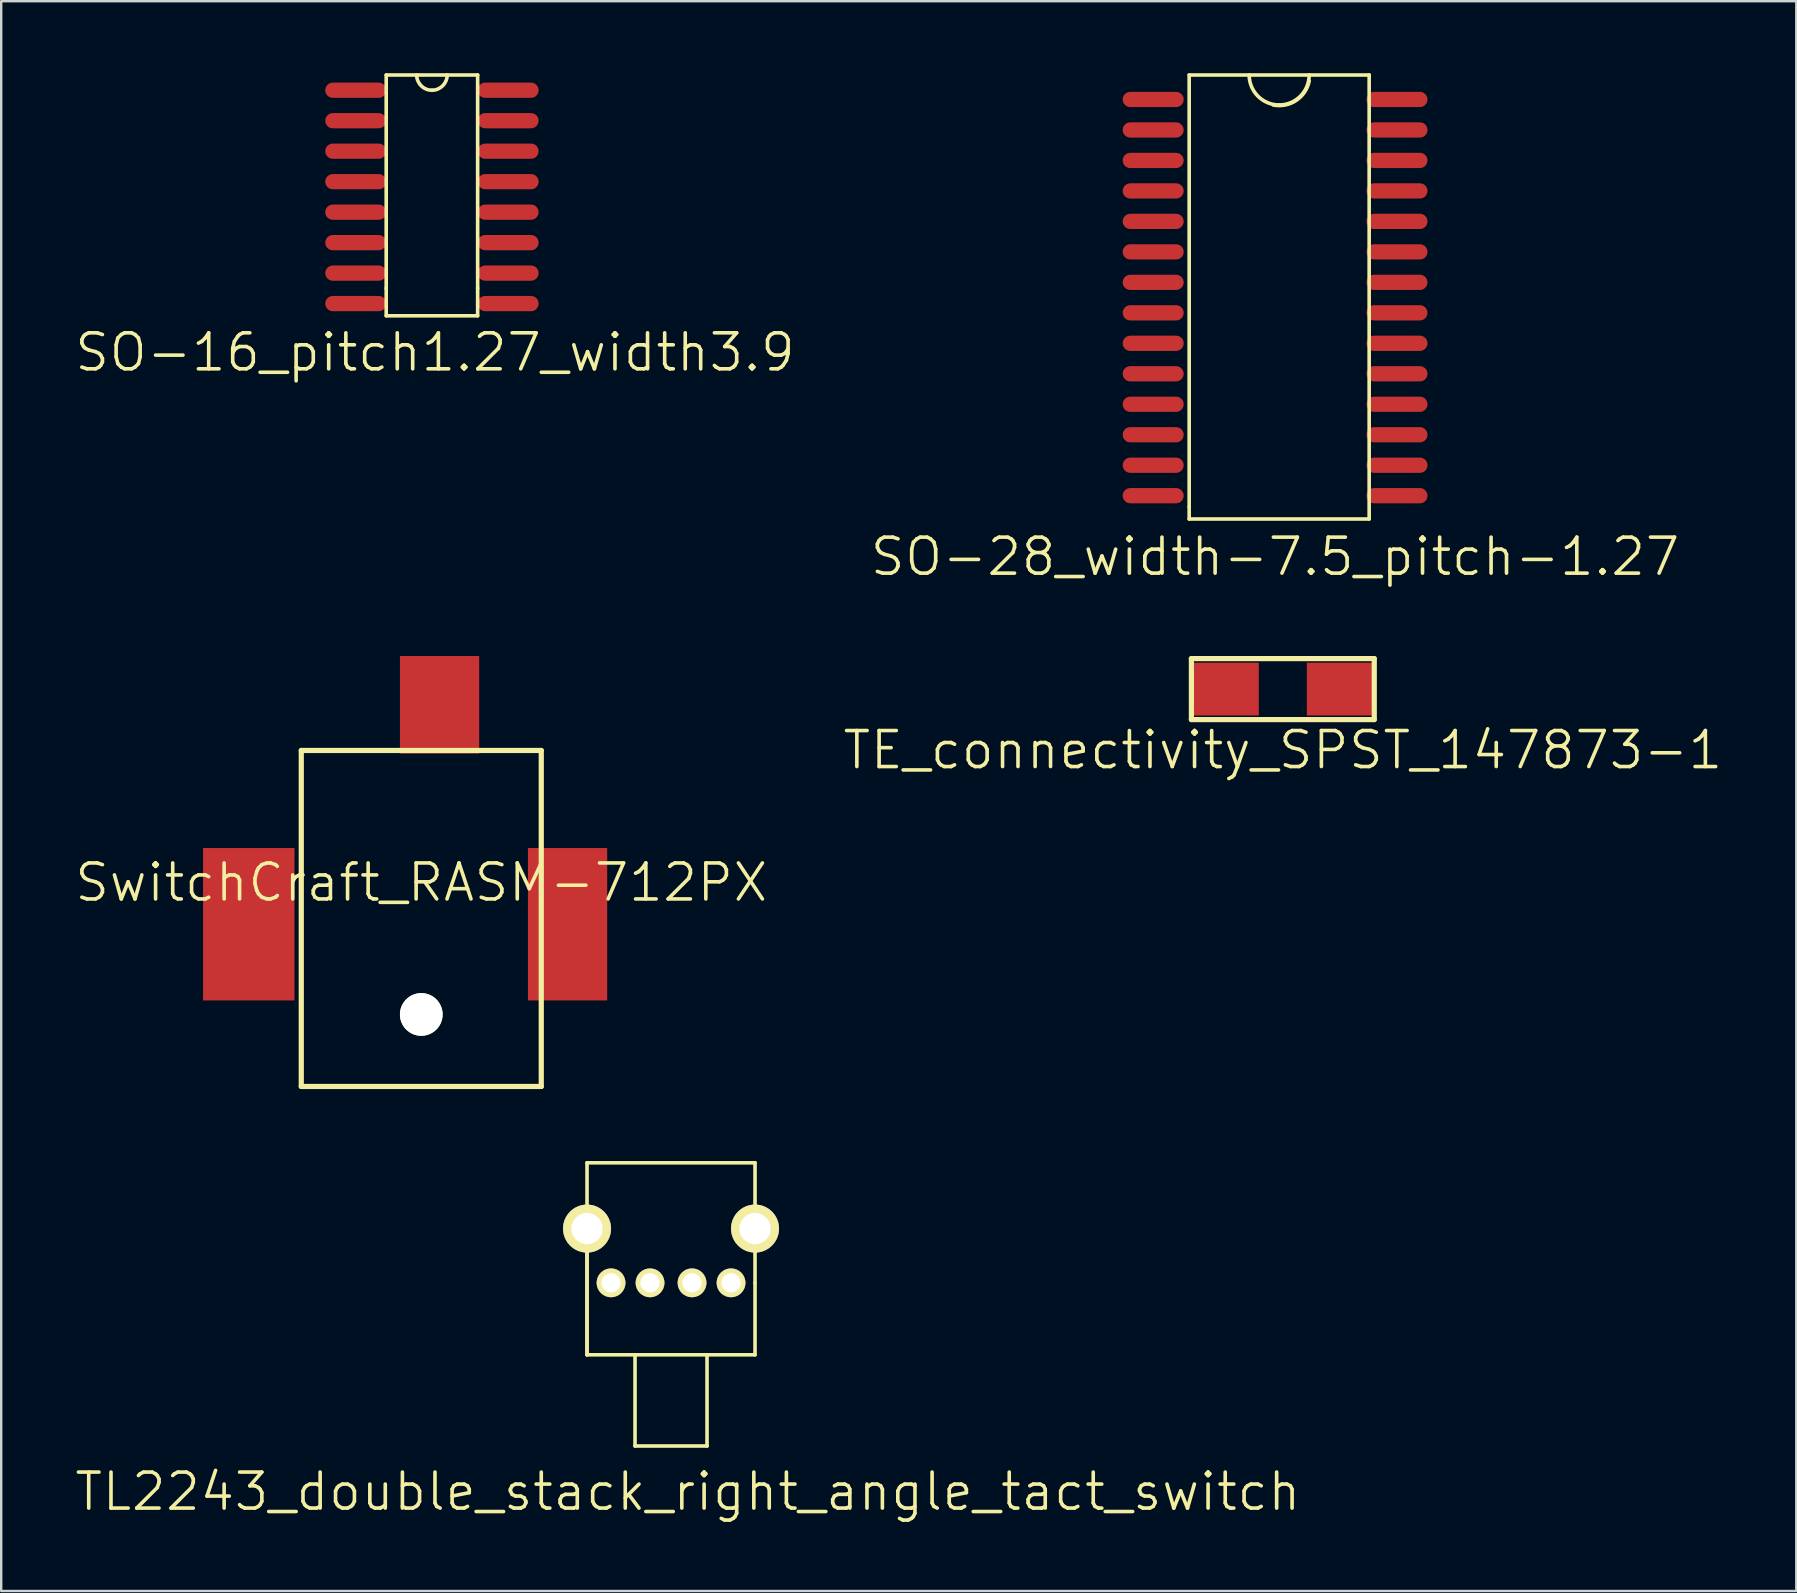
<source format=kicad_pcb>
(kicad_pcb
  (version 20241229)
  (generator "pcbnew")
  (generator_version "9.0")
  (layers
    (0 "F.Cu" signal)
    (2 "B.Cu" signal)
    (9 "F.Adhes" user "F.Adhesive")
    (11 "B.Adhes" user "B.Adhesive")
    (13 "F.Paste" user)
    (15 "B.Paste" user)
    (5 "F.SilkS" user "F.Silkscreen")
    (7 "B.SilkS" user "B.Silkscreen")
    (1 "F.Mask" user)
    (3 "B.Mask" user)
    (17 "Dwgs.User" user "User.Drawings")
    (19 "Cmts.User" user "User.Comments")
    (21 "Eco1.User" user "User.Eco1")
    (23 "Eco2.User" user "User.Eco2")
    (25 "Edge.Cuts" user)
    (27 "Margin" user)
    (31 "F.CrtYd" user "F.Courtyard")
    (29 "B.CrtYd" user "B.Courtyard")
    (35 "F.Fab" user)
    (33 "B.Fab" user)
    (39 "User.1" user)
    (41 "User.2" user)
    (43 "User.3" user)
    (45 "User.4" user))
  (footprint "SO-28_width-7.5_pitch-1.27"
    (layer "F.Cu")
    (at 50.082 8.715)
    (property "Reference" "SO-28_width-7.5_pitch-1.27" (at 0 11.43 0) (layer "F.SilkS") (effects (font (size 1.5 1.5) (thickness 0.15))))
    (attr through_hole)
    (fp_line (start -3.58 -8.64) (end 3.92 -8.64) (stroke (width 0.15) (type solid)) (layer "F.SilkS"))
    (fp_line (start -3.58 9.36) (end -3.58 -8.64) (stroke (width 0.15) (type solid)) (layer "F.SilkS"))
    (fp_line (start -3.58 9.86) (end -3.58 9.36) (stroke (width 0.15) (type solid)) (layer "F.SilkS"))
    (fp_line (start 3.92 -8.64) (end 3.92 9.86) (stroke (width 0.15) (type solid)) (layer "F.SilkS"))
    (fp_line (start 3.92 9.86) (end -3.58 9.86) (stroke (width 0.15) (type solid)) (layer "F.SilkS"))
    (fp_arc (start 0.17 -7.39) (mid -0.713883 -7.756117) (end -1.08 -8.64) (stroke (width 0.15) (type solid)) (layer "F.SilkS"))
    (fp_arc (start 1.42 -8.64) (mid 1.053883 -7.756117) (end 0.17 -7.39) (stroke (width 0.15) (type solid)) (layer "F.SilkS"))
    (fp_arc (start 1.42 -8.39) (mid 0.877107 -7.57934) (end -0.08 -7.39) (stroke (width 0.15) (type solid)) (layer "F.SilkS"))
    (pad "1" smd oval (at -5.08 -7.62) (size 2.54 0.635) (layers "F.Cu" "F.Mask" "F.Paste"))
    (pad "2" smd oval (at -5.08 -6.35) (size 2.54 0.635) (layers "F.Cu" "F.Mask" "F.Paste"))
    (pad "3" smd oval (at -5.08 -5.08) (size 2.54 0.635) (layers "F.Cu" "F.Mask" "F.Paste"))
    (pad "4" smd oval (at -5.08 -3.81) (size 2.54 0.635) (layers "F.Cu" "F.Mask" "F.Paste"))
    (pad "5" smd oval (at -5.08 -2.54) (size 2.54 0.635) (layers "F.Cu" "F.Mask" "F.Paste"))
    (pad "6" smd oval (at -5.08 -1.27) (size 2.54 0.635) (layers "F.Cu" "F.Mask" "F.Paste"))
    (pad "7" smd oval (at -5.08 0) (size 2.54 0.635) (layers "F.Cu" "F.Mask" "F.Paste"))
    (pad "8" smd oval (at -5.08 1.27) (size 2.54 0.635) (layers "F.Cu" "F.Mask" "F.Paste"))
    (pad "9" smd oval (at -5.08 2.54) (size 2.54 0.635) (layers "F.Cu" "F.Mask" "F.Paste"))
    (pad "10" smd oval (at -5.08 3.81) (size 2.54 0.635) (layers "F.Cu" "F.Mask" "F.Paste"))
    (pad "11" smd oval (at -5.08 5.08) (size 2.54 0.635) (layers "F.Cu" "F.Mask" "F.Paste"))
    (pad "12" smd oval (at -5.08 6.35) (size 2.54 0.635) (layers "F.Cu" "F.Mask" "F.Paste"))
    (pad "13" smd oval (at -5.08 7.62) (size 2.54 0.635) (layers "F.Cu" "F.Mask" "F.Paste"))
    (pad "14" smd oval (at -5.08 8.89) (size 2.54 0.635) (layers "F.Cu" "F.Mask" "F.Paste"))
    (pad "15" smd oval (at 5.08 8.89) (size 2.54 0.635) (layers "F.Cu" "F.Mask" "F.Paste"))
    (pad "16" smd oval (at 5.08 7.62) (size 2.54 0.635) (layers "F.Cu" "F.Mask" "F.Paste"))
    (pad "17" smd oval (at 5.08 6.35) (size 2.54 0.635) (layers "F.Cu" "F.Mask" "F.Paste"))
    (pad "18" smd oval (at 5.08 5.08) (size 2.54 0.635) (layers "F.Cu" "F.Mask" "F.Paste"))
    (pad "19" smd oval (at 5.08 3.81) (size 2.54 0.635) (layers "F.Cu" "F.Mask" "F.Paste"))
    (pad "20" smd oval (at 5.08 2.54) (size 2.54 0.635) (layers "F.Cu" "F.Mask" "F.Paste"))
    (pad "21" smd oval (at 5.08 1.27) (size 2.54 0.635) (layers "F.Cu" "F.Mask" "F.Paste"))
    (pad "22" smd oval (at 5.08 0) (size 2.54 0.635) (layers "F.Cu" "F.Mask" "F.Paste"))
    (pad "23" smd oval (at 5.08 -1.27) (size 2.54 0.635) (layers "F.Cu" "F.Mask" "F.Paste"))
    (pad "24" smd oval (at 5.08 -2.54) (size 2.54 0.635) (layers "F.Cu" "F.Mask" "F.Paste"))
    (pad "25" smd oval (at 5.08 -3.81) (size 2.54 0.635) (layers "F.Cu" "F.Mask" "F.Paste"))
    (pad "26" smd oval (at 5.08 -5.08) (size 2.54 0.635) (layers "F.Cu" "F.Mask" "F.Paste"))
    (pad "27" smd oval (at 5.08 -6.35) (size 2.54 0.635) (layers "F.Cu" "F.Mask" "F.Paste"))
    (pad "28" smd oval (at 5.08 -7.62) (size 2.54 0.635) (layers "F.Cu" "F.Mask" "F.Paste")))
  (footprint "TE_connectivity_SPST_147873-1"
    (layer "F.Cu")
    (at 50.404 25.664)
    (property "Reference" "TE_connectivity_SPST_147873-1" (at 0 2.54 0) (layer "F.SilkS") (effects (font (size 1.5 1.5) (thickness 0.15))))
    (attr through_hole)
    (fp_line (start -3.81 -1.27) (end 3.81 -1.27) (stroke (width 0.216) (type solid)) (layer "F.SilkS"))
    (fp_line (start -3.81 1.27) (end -3.81 -1.27) (stroke (width 0.216) (type solid)) (layer "F.SilkS"))
    (fp_line (start 3.81 -1.27) (end 3.81 1.27) (stroke (width 0.216) (type solid)) (layer "F.SilkS"))
    (fp_line (start 3.81 1.27) (end -3.81 1.27) (stroke (width 0.216) (type solid)) (layer "F.SilkS"))
    (pad "1" smd rect (at -2.4 0) (size 2.8 2.2) (layers "F.Cu" "F.Mask" "F.Paste"))
    (pad "2" smd rect (at 2.4 0) (size 2.8 2.2) (layers "F.Cu" "F.Mask" "F.Paste")))
  (footprint "TL2243_double_stack_right_angle_tact_switch"
    (layer "F.Cu")
    (at 24.911 50.404)
    (property "Reference" "TL2243_double_stack_right_angle_tact_switch" (at 0.7 8.7 0) (layer "F.SilkS") (effects (font (size 1.5 1.5) (thickness 0.15))))
    (attr through_hole)
    (fp_line (start -3.5 -5) (end 3.5 -5) (stroke (width 0.15) (type solid)) (layer "F.SilkS"))
    (fp_line (start -3.5 3) (end -3.5 -5) (stroke (width 0.15) (type solid)) (layer "F.SilkS"))
    (fp_line (start -3.5 3) (end -3.5 -2.2) (stroke (width 0.15) (type solid)) (layer "F.SilkS"))
    (fp_line (start -1.5 3) (end -1.5 6.8) (stroke (width 0.15) (type solid)) (layer "F.SilkS"))
    (fp_line (start -1.5 6.8) (end 1.5 6.8) (stroke (width 0.15) (type solid)) (layer "F.SilkS"))
    (fp_line (start 1.5 6.8) (end 1.5 3) (stroke (width 0.15) (type solid)) (layer "F.SilkS"))
    (fp_line (start 3.5 -5) (end 3.5 -1.4) (stroke (width 0.15) (type solid)) (layer "F.SilkS"))
    (fp_line (start 3.5 -2.3) (end 3.5 0) (stroke (width 0.15) (type solid)) (layer "F.SilkS"))
    (fp_line (start 3.5 0) (end 3.5 3) (stroke (width 0.15) (type solid)) (layer "F.SilkS"))
    (fp_line (start 3.5 3) (end -3.5 3) (stroke (width 0.15) (type solid)) (layer "F.SilkS"))
    (pad "1" thru_hole circle (at -2.5 0) (size 1.2 1.2) (drill 0.8) (layers "*.Cu" "*.Mask" "F.SilkS"))
    (pad "2" thru_hole circle (at -0.875 0) (size 1.2 1.2) (drill 0.8) (layers "*.Cu" "*.Mask" "F.SilkS"))
    (pad "3" thru_hole circle (at 0.875 0) (size 1.2 1.2) (drill 0.8) (layers "*.Cu" "*.Mask" "F.SilkS"))
    (pad "4" thru_hole circle (at 2.5 0) (size 1.2 1.2) (drill 0.8) (layers "*.Cu" "*.Mask" "F.SilkS"))
    (pad "S" thru_hole circle (at -3.5 -2.26) (size 2 2) (drill 1.3) (layers "*.Cu" "*.Mask" "F.SilkS"))
    (pad "S" thru_hole circle (at 3.5 -2.26) (size 2 2) (drill 1.3) (layers "*.Cu" "*.Mask" "F.SilkS")))
  (footprint "SO-16_pitch1.27_width3.9"
    (layer "F.Cu")
    (at 14.948 4.52)
    (property "Reference" "SO-16_pitch1.27_width3.9" (at 0.127 7.112 0) (layer "F.SilkS") (effects (font (size 1.5 1.5) (thickness 0.15))))
    (attr through_hole)
    (fp_line (start -1.905 -4.445) (end -1.905 4.445) (stroke (width 0.15) (type solid)) (layer "F.SilkS"))
    (fp_line (start -1.905 5.588) (end -1.905 4.445) (stroke (width 0.15) (type solid)) (layer "F.SilkS"))
    (fp_line (start -1.905 5.588) (end 1.905 5.588) (stroke (width 0.15) (type solid)) (layer "F.SilkS"))
    (fp_line (start 1.905 -4.445) (end -1.905 -4.445) (stroke (width 0.15) (type solid)) (layer "F.SilkS"))
    (fp_line (start 1.905 4.445) (end 1.905 -4.445) (stroke (width 0.15) (type solid)) (layer "F.SilkS"))
    (fp_line (start 1.905 4.445) (end 1.905 5.588) (stroke (width 0.15) (type solid)) (layer "F.SilkS"))
    (fp_arc (start 0 -3.81) (mid -0.449013 -3.995987) (end -0.635 -4.445) (stroke (width 0.15) (type solid)) (layer "F.SilkS"))
    (fp_arc (start 0.635 -4.445) (mid 0.449013 -3.995987) (end 0 -3.81) (stroke (width 0.15) (type solid)) (layer "F.SilkS"))
    (pad "1" smd oval (at -3.175 -3.81) (size 2.54 0.635) (layers "F.Cu" "F.Mask" "F.Paste"))
    (pad "2" smd oval (at -3.175 -2.54) (size 2.54 0.635) (layers "F.Cu" "F.Mask" "F.Paste"))
    (pad "3" smd oval (at -3.175 -1.27) (size 2.54 0.635) (layers "F.Cu" "F.Mask" "F.Paste"))
    (pad "4" smd oval (at -3.175 0) (size 2.54 0.635) (layers "F.Cu" "F.Mask" "F.Paste"))
    (pad "5" smd oval (at -3.175 1.27) (size 2.54 0.635) (layers "F.Cu" "F.Mask" "F.Paste"))
    (pad "6" smd oval (at -3.175 2.54) (size 2.54 0.635) (layers "F.Cu" "F.Mask" "F.Paste"))
    (pad "7" smd oval (at -3.175 3.81) (size 2.54 0.635) (layers "F.Cu" "F.Mask" "F.Paste"))
    (pad "8" smd oval (at -3.175 5.08) (size 2.54 0.635) (layers "F.Cu" "F.Mask" "F.Paste"))
    (pad "9" smd oval (at 3.175 5.08) (size 2.54 0.635) (layers "F.Cu" "F.Mask" "F.Paste"))
    (pad "10" smd oval (at 3.175 3.81) (size 2.54 0.635) (layers "F.Cu" "F.Mask" "F.Paste"))
    (pad "11" smd oval (at 3.175 2.54) (size 2.54 0.635) (layers "F.Cu" "F.Mask" "F.Paste"))
    (pad "12" smd oval (at 3.175 1.27) (size 2.54 0.635) (layers "F.Cu" "F.Mask" "F.Paste"))
    (pad "13" smd oval (at 3.175 0) (size 2.54 0.635) (layers "F.Cu" "F.Mask" "F.Paste"))
    (pad "14" smd oval (at 3.175 -1.27) (size 2.54 0.635) (layers "F.Cu" "F.Mask" "F.Paste"))
    (pad "15" smd oval (at 3.175 -2.54) (size 2.54 0.635) (layers "F.Cu" "F.Mask" "F.Paste"))
    (pad "16" smd oval (at 3.175 -3.81) (size 2.54 0.635) (layers "F.Cu" "F.Mask" "F.Paste")))
  (footprint "SwitchCraft_RASM-712PX"
    (layer "F.Cu")
    (at 14.504 39.221)
    (property "Reference" "SwitchCraft_RASM-712PX" (at 0 -5.5 0) (layer "F.SilkS") (effects (font (size 1.5 1.5) (thickness 0.15))))
    (attr through_hole)
    (fp_line (start -5 -11) (end 5 -11) (stroke (width 0.216) (type solid)) (layer "F.SilkS"))
    (fp_line (start -5 3) (end -5 -11) (stroke (width 0.216) (type solid)) (layer "F.SilkS"))
    (fp_line (start 5 -11) (end 5 3) (stroke (width 0.216) (type solid)) (layer "F.SilkS"))
    (fp_line (start 5 3) (end -5 3) (stroke (width 0.216) (type solid)) (layer "F.SilkS"))
    (pad "" np_thru_hole circle (at 0 0) (size 1.778 1.778) (drill oval 1.778) (layers "*.Cu" "*.Mask" "F.SilkS"))
    (pad "1" smd rect (at 6.096 -3.759) (size 3.302 6.35) (layers "F.Cu" "F.Mask" "F.Paste"))
    (pad "2" smd rect (at 0.762 -12.903) (size 3.302 4.064) (layers "F.Cu" "F.Mask" "F.Paste"))
    (pad "3" smd rect (at -7.188 -3.759) (size 3.81 6.35) (layers "F.Cu" "F.Mask" "F.Paste")))
  (gr_rect
    (start -3 -3)
    (end 71.8 63.245)
    (stroke (width 0.1) (type default))
    (fill no)
    (layer "Edge.Cuts")))
</source>
